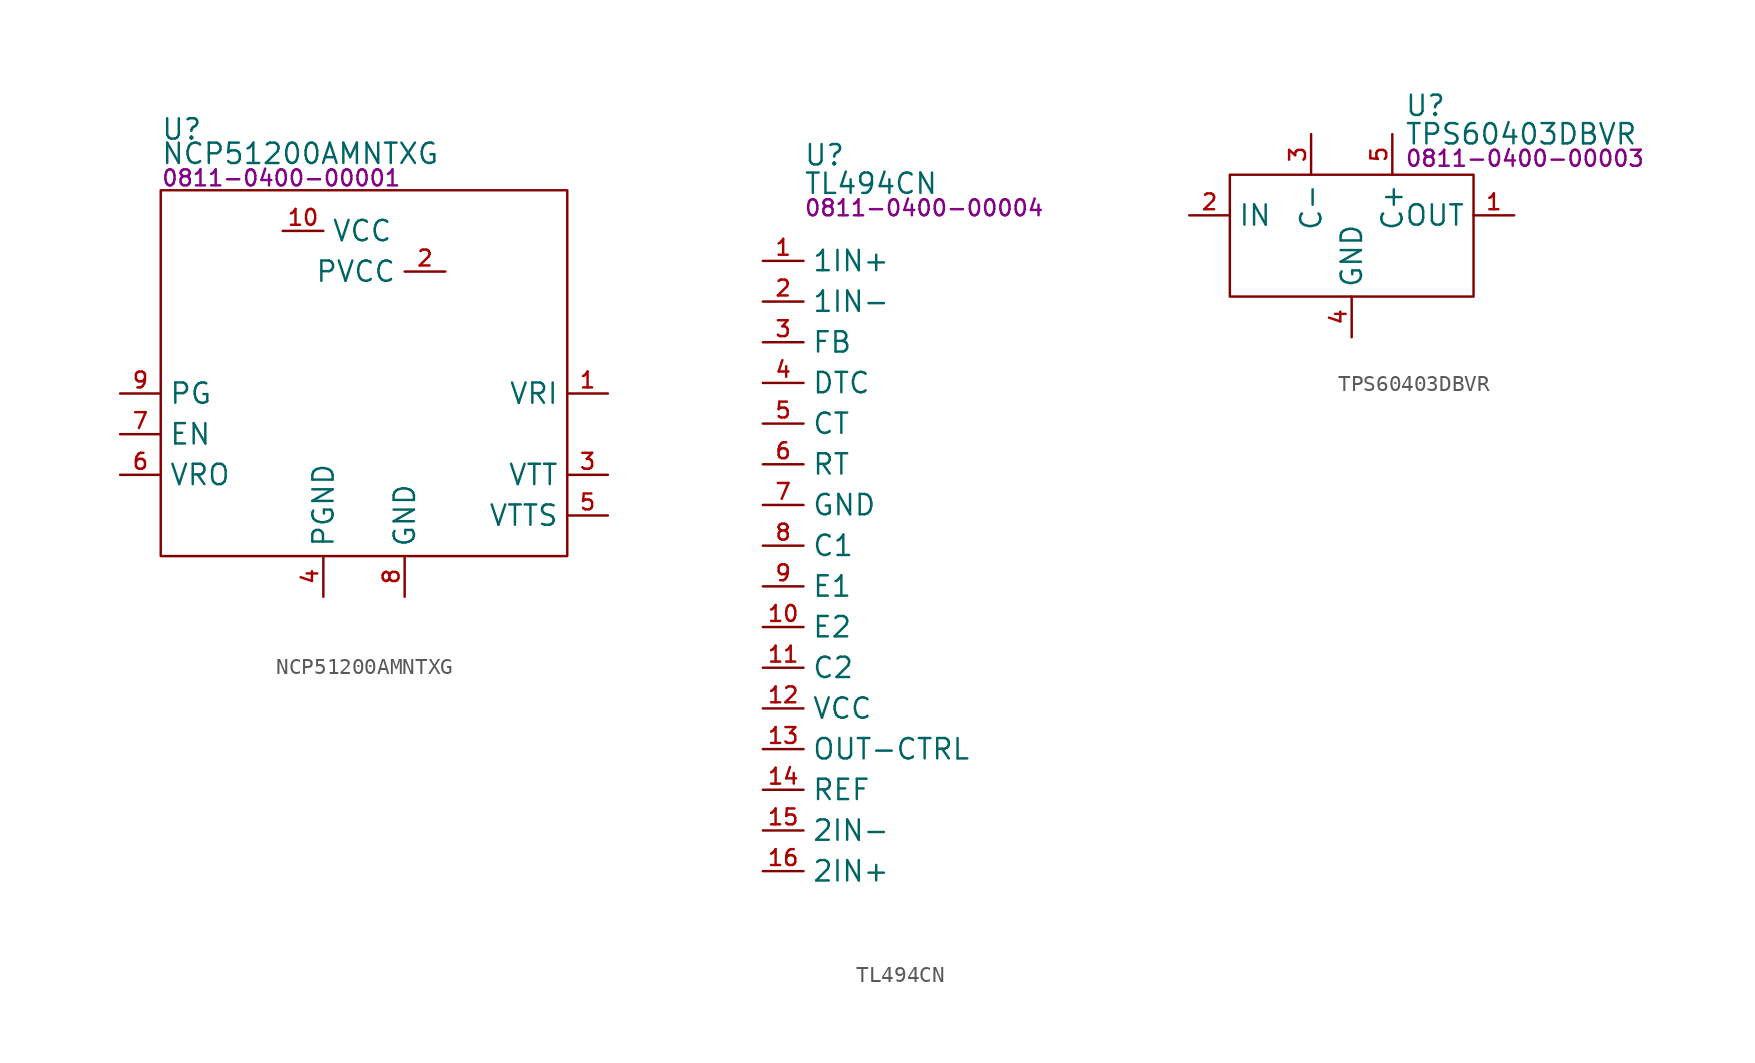
<source format=kicad_sym>
(kicad_symbol_lib
  (version 20231120)
  (generator "kicad_symbol_editor")
  (generator_version "8.0")
  (symbol "NCP51200AMNTXG"
    (property "Reference" "U"
      (at 0 3.81 0)
      (effects (font (size 1.27 1.27)) (justify left)))
    (property "Value" "NCP51200AMNTXG"
      (at 0 2.286 0)
      (effects (font (size 1.27 1.27)) (justify left)))
    (property "PartNumber" "0811-0400-00001"
      (at 0 0.762 0)
      (effects (font (size 1 1)) (justify left)))
    (symbol "NCP51200AMNTXG_0_0"
      (pin input line (at 27.94 -12.7 180) (length 2.54) (name "VRI" (effects (font (size 1.27 1.27)))) (number "1" (effects (font (size 0.991 0.991)))))
      (pin power_in line (at 15.24 -25.4 90) (length 2.54) hide (name "GND" (effects (font (size 1.27 1.27)))) (number "11" (effects (font (size 0.991 0.991)))))
      (pin power_in line (at 17.78 -5.08 180) (length 2.54) (name "PVCC" (effects (font (size 1.27 1.27)))) (number "2" (effects (font (size 0.991 0.991)))))
      (pin power_out line (at 27.94 -17.78 180) (length 2.54) (name "VTT" (effects (font (size 1.27 1.27)))) (number "3" (effects (font (size 0.991 0.991)))))
      (pin power_in line (at 10.16 -25.4 90) (length 2.54) (name "PGND" (effects (font (size 1.27 1.27)))) (number "4" (effects (font (size 0.991 0.991)))))
      (pin input line (at 27.94 -20.32 180) (length 2.54) (name "VTTS" (effects (font (size 1.27 1.27)))) (number "5" (effects (font (size 0.991 0.991)))))
      (pin output line (at -2.54 -17.78 0) (length 2.54) (name "VRO" (effects (font (size 1.27 1.27)))) (number "6" (effects (font (size 0.991 0.991)))))
      (pin input line (at -2.54 -15.24 0) (length 2.54) (name "EN" (effects (font (size 1.27 1.27)))) (number "7" (effects (font (size 0.991 0.991)))))
      (pin power_in line (at 15.24 -25.4 90) (length 2.54) (name "GND" (effects (font (size 1.27 1.27)))) (number "8" (effects (font (size 0.991 0.991)))))
      (pin output line (at -2.54 -12.7 0) (length 2.54) (name "PG" (effects (font (size 1.27 1.27)))) (number "9" (effects (font (size 0.991 0.991))))))
    (symbol "NCP51200AMNTXG_0_1"
      (rectangle (start 25.4 -22.86) (end 0 0) (stroke (width 0) (type default)) (fill (type none))))
    (symbol "NCP51200AMNTXG_1_0"
      (pin power_in line (at 7.62 -2.54 0) (length 2.54) (name "VCC" (effects (font (size 1.27 1.27)))) (number "10" (effects (font (size 0.991 0.991)))))))
  (symbol "TL494CN"
    (property "Reference" "U"
      (at 0 4.064 0)
      (effects (font (size 1.27 1.27)) (justify left)))
    (property "Value" "TL494CN"
      (at 0 2.286 0)
      (effects (font (size 1.27 1.27)) (justify left)))
    (property "PartNumber" "0811-0400-00004"
      (at 0 0.762 0)
      (effects (font (size 1 1)) (justify left)))
    (symbol "TL494CN_0_0"
      (pin input line (at -2.54 -2.54 0) (length 2.54) (name "1IN+" (effects (font (size 1.27 1.27)))) (number "1" (effects (font (size 0.991 0.991)))))
      (pin output line (at -2.54 -25.4 0) (length 2.54) (name "E2" (effects (font (size 1.27 1.27)))) (number "10" (effects (font (size 0.991 0.991)))))
      (pin output line (at -2.54 -27.94 0) (length 2.54) (name "C2" (effects (font (size 1.27 1.27)))) (number "11" (effects (font (size 0.991 0.991)))))
      (pin power_in line (at -2.54 -30.48 0) (length 2.54) (name "VCC" (effects (font (size 1.27 1.27)))) (number "12" (effects (font (size 0.991 0.991)))))
      (pin output line (at -2.54 -33.02 0) (length 2.54) (name "OUT-CTRL" (effects (font (size 1.27 1.27)))) (number "13" (effects (font (size 0.991 0.991)))))
      (pin input line (at -2.54 -35.56 0) (length 2.54) (name "REF" (effects (font (size 1.27 1.27)))) (number "14" (effects (font (size 0.991 0.991)))))
      (pin input line (at -2.54 -38.1 0) (length 2.54) (name "2IN-" (effects (font (size 1.27 1.27)))) (number "15" (effects (font (size 0.991 0.991)))))
      (pin input line (at -2.54 -40.64 0) (length 2.54) (name "2IN+" (effects (font (size 1.27 1.27)))) (number "16" (effects (font (size 0.991 0.991)))))
      (pin input line (at -2.54 -5.08 0) (length 2.54) (name "1IN-" (effects (font (size 1.27 1.27)))) (number "2" (effects (font (size 0.991 0.991)))))
      (pin input line (at -2.54 -7.62 0) (length 2.54) (name "FB" (effects (font (size 1.27 1.27)))) (number "3" (effects (font (size 0.991 0.991)))))
      (pin input line (at -2.54 -10.16 0) (length 2.54) (name "DTC" (effects (font (size 1.27 1.27)))) (number "4" (effects (font (size 0.991 0.991)))))
      (pin passive line (at -2.54 -12.7 0) (length 2.54) (name "CT" (effects (font (size 1.27 1.27)))) (number "5" (effects (font (size 0.991 0.991)))))
      (pin passive line (at -2.54 -15.24 0) (length 2.54) (name "RT" (effects (font (size 1.27 1.27)))) (number "6" (effects (font (size 0.991 0.991)))))
      (pin power_in line (at -2.54 -17.78 0) (length 2.54) (name "GND" (effects (font (size 1.27 1.27)))) (number "7" (effects (font (size 0.991 0.991)))))
      (pin output line (at -2.54 -20.32 0) (length 2.54) (name "C1" (effects (font (size 1.27 1.27)))) (number "8" (effects (font (size 0.991 0.991)))))
      (pin output line (at -2.54 -22.86 0) (length 2.54) (name "E1" (effects (font (size 1.27 1.27)))) (number "9" (effects (font (size 0.991 0.991)))))))
  (symbol "TPS60403DBVR"
    (property "Reference" "U"
      (at 10.922 4.318 0)
      (effects (font (size 1.27 1.27)) (justify left)))
    (property "Value" "TPS60403DBVR"
      (at 10.922 2.54 0)
      (effects (font (size 1.27 1.27)) (justify left)))
    (property "PartNumber" "0811-0400-00003"
      (at 10.922 1.016 0)
      (effects (font (size 1 1)) (justify left)))
    (symbol "TPS60403DBVR_0_0"
      (rectangle (start 0 0) (end 15.24 -7.62) (stroke (width 0) (type default)) (fill (type none)))
      (pin power_out line (at 17.78 -2.54 180) (length 2.54) (name "OUT" (effects (font (size 1.27 1.27)))) (number "1" (effects (font (size 0.991 0.991)))))
      (pin power_in line (at -2.54 -2.54 0) (length 2.54) (name "IN" (effects (font (size 1.27 1.27)))) (number "2" (effects (font (size 0.991 0.991)))))
      (pin passive line (at 5.08 2.54 270) (length 2.54) (name "C-" (effects (font (size 1.27 1.27)))) (number "3" (effects (font (size 0.991 0.991)))))
      (pin power_in line (at 7.62 -10.16 90) (length 2.54) (name "GND" (effects (font (size 1.27 1.27)))) (number "4" (effects (font (size 0.991 0.991)))))
      (pin passive line (at 10.16 2.54 270) (length 2.54) (name "C+" (effects (font (size 1.27 1.27)))) (number "5" (effects (font (size 0.991 0.991))))))))
</source>
